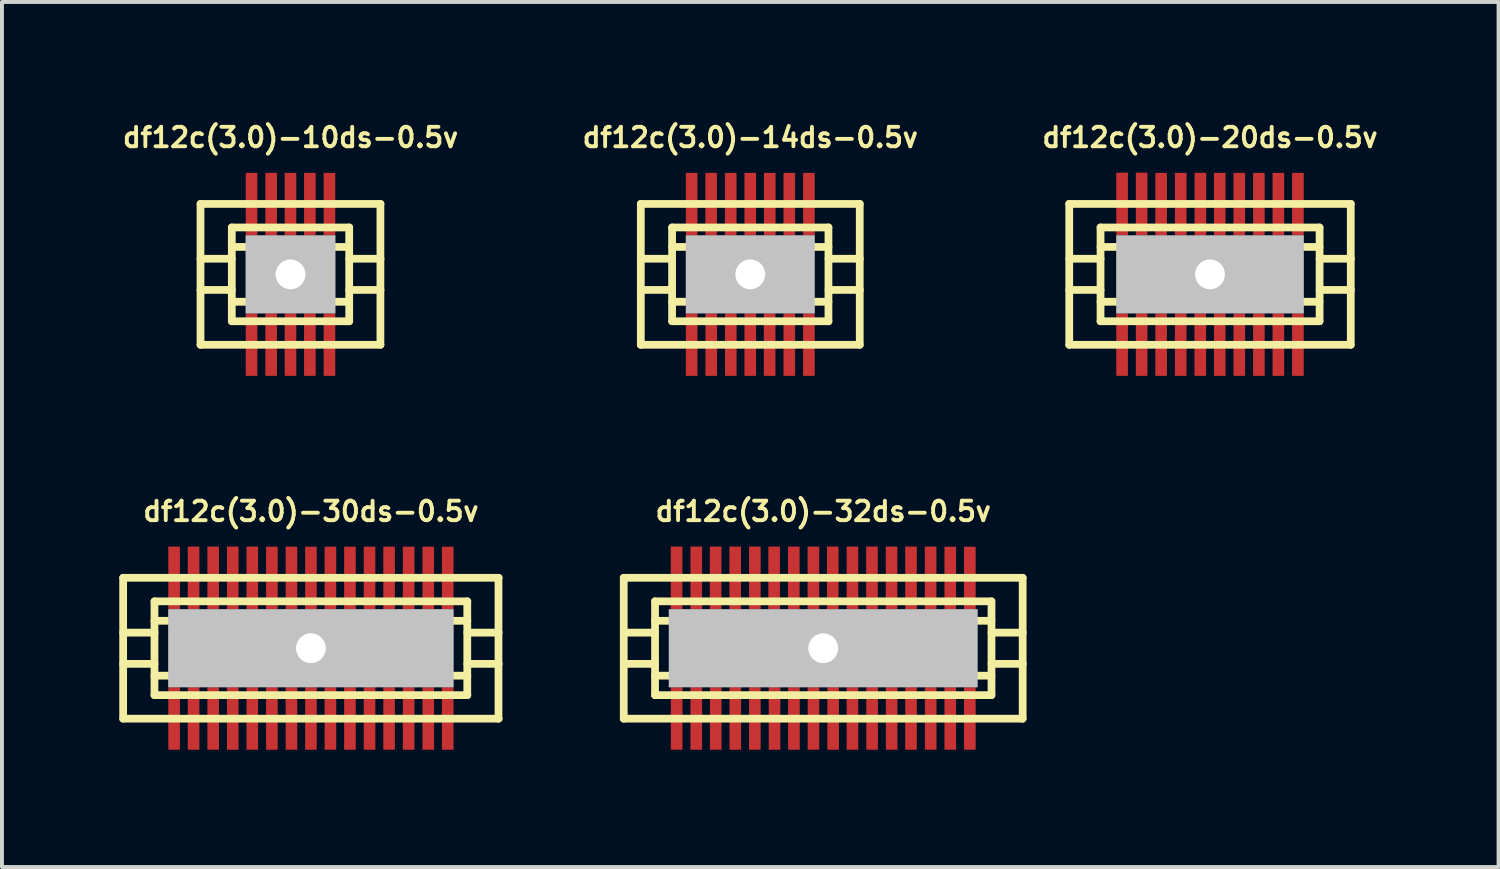
<source format=kicad_pcb>
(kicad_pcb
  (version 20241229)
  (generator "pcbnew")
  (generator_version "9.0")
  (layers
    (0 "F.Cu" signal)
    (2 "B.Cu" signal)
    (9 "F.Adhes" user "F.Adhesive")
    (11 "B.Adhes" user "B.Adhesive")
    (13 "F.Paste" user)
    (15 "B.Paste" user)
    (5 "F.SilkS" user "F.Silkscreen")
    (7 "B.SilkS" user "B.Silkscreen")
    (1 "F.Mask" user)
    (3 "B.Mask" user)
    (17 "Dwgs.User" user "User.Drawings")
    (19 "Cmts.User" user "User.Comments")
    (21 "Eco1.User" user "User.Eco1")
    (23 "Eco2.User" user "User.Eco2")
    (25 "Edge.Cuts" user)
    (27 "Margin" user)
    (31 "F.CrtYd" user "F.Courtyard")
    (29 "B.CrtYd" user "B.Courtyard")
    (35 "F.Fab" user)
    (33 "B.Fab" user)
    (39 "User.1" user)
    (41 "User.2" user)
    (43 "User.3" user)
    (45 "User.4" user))
  (footprint "df12c(3.0)-32ds-0.5v"
    (layer "F.Cu")
    (at 17.999 13.525)
    (property "Reference" "df12c(3.0)-32ds-0.5v" (at 0 -3.5 0) (layer "F.SilkS") (effects (font (size 0.498 0.498) (thickness 0.099))))
    (attr through_hole)
    (fp_line (start -5.1 -1.801) (end 5.1 -1.801) (stroke (width 0.198) (type solid)) (layer "F.SilkS"))
    (fp_line (start -5.1 1.801) (end -5.1 -1.801) (stroke (width 0.198) (type solid)) (layer "F.SilkS"))
    (fp_line (start -4.3 -1.199) (end 4.3 -1.199) (stroke (width 0.198) (type solid)) (layer "F.SilkS"))
    (fp_line (start -4.3 -0.399) (end -5.1 -0.399) (stroke (width 0.198) (type solid)) (layer "F.SilkS"))
    (fp_line (start -4.3 0.399) (end -5.1 0.399) (stroke (width 0.198) (type solid)) (layer "F.SilkS"))
    (fp_line (start -4.3 0.701) (end 4.3 0.701) (stroke (width 0.198) (type solid)) (layer "F.SilkS"))
    (fp_line (start -4.3 1.199) (end -4.3 -1.199) (stroke (width 0.198) (type solid)) (layer "F.SilkS"))
    (fp_line (start 4.3 -0.701) (end -4.3 -0.701) (stroke (width 0.198) (type solid)) (layer "F.SilkS"))
    (fp_line (start 4.3 1.199) (end -4.3 1.199) (stroke (width 0.198) (type solid)) (layer "F.SilkS"))
    (fp_line (start 4.303 -1.199) (end 4.303 1.199) (stroke (width 0.198) (type solid)) (layer "F.SilkS"))
    (fp_line (start 4.303 -0.399) (end 5.103 -0.399) (stroke (width 0.198) (type solid)) (layer "F.SilkS"))
    (fp_line (start 5.1 -1.801) (end 5.1 1.801) (stroke (width 0.198) (type solid)) (layer "F.SilkS"))
    (fp_line (start 5.1 1.801) (end -5.1 1.801) (stroke (width 0.198) (type solid)) (layer "F.SilkS"))
    (fp_line (start 5.103 0.399) (end 4.303 0.399) (stroke (width 0.198) (type solid)) (layer "F.SilkS"))
    (pad "" np_thru_hole rect (at 0 0) (size 7.899 1.999) (drill 0.762) (layers "Dwgs.User"))
    (pad "1" smd rect (at -3.747 1.796) (size 0.297 1.598) (layers "F.Cu" "F.Mask" "F.Paste"))
    (pad "2" smd rect (at -3.246 1.796) (size 0.297 1.598) (layers "F.Cu" "F.Mask" "F.Paste"))
    (pad "3" smd rect (at -2.748 1.796) (size 0.297 1.598) (layers "F.Cu" "F.Mask" "F.Paste"))
    (pad "4" smd rect (at -2.248 1.796) (size 0.297 1.598) (layers "F.Cu" "F.Mask" "F.Paste"))
    (pad "5" smd rect (at -1.748 1.796) (size 0.297 1.598) (layers "F.Cu" "F.Mask" "F.Paste"))
    (pad "6" smd rect (at -1.245 1.796) (size 0.297 1.598) (layers "F.Cu" "F.Mask" "F.Paste"))
    (pad "7" smd rect (at -0.749 1.796) (size 0.297 1.598) (layers "F.Cu" "F.Mask" "F.Paste"))
    (pad "8" smd rect (at -0.249 1.796) (size 0.297 1.598) (layers "F.Cu" "F.Mask" "F.Paste"))
    (pad "9" smd rect (at 0.254 1.796) (size 0.297 1.598) (layers "F.Cu" "F.Mask" "F.Paste"))
    (pad "10" smd rect (at 0.747 1.796) (size 0.297 1.598) (layers "F.Cu" "F.Mask" "F.Paste"))
    (pad "11" smd rect (at 1.25 1.796) (size 0.297 1.598) (layers "F.Cu" "F.Mask" "F.Paste"))
    (pad "12" smd rect (at 1.75 1.796) (size 0.297 1.598) (layers "F.Cu" "F.Mask" "F.Paste"))
    (pad "13" smd rect (at 2.245 1.796) (size 0.297 1.598) (layers "F.Cu" "F.Mask" "F.Paste"))
    (pad "14" smd rect (at 2.748 1.796) (size 0.297 1.598) (layers "F.Cu" "F.Mask" "F.Paste"))
    (pad "15" smd rect (at 3.249 1.796) (size 0.297 1.598) (layers "F.Cu" "F.Mask" "F.Paste"))
    (pad "16" smd rect (at 3.749 1.796) (size 0.297 1.598) (layers "F.Cu" "F.Mask" "F.Paste"))
    (pad "17" smd rect (at 3.749 -1.796) (size 0.297 1.598) (layers "F.Cu" "F.Mask" "F.Paste"))
    (pad "18" smd rect (at 3.249 -1.796) (size 0.297 1.598) (layers "F.Cu" "F.Mask" "F.Paste"))
    (pad "19" smd rect (at 2.746 -1.801) (size 0.297 1.598) (layers "F.Cu" "F.Mask" "F.Paste"))
    (pad "20" smd rect (at 2.245 -1.801) (size 0.297 1.598) (layers "F.Cu" "F.Mask" "F.Paste"))
    (pad "21" smd rect (at 1.748 -1.801) (size 0.297 1.598) (layers "F.Cu" "F.Mask" "F.Paste"))
    (pad "22" smd rect (at 1.247 -1.801) (size 0.297 1.598) (layers "F.Cu" "F.Mask" "F.Paste"))
    (pad "23" smd rect (at 0.747 -1.801) (size 0.297 1.598) (layers "F.Cu" "F.Mask" "F.Paste"))
    (pad "24" smd rect (at 0.244 -1.801) (size 0.297 1.598) (layers "F.Cu" "F.Mask" "F.Paste"))
    (pad "25" smd rect (at -0.251 -1.801) (size 0.297 1.598) (layers "F.Cu" "F.Mask" "F.Paste"))
    (pad "26" smd rect (at -0.752 -1.801) (size 0.297 1.598) (layers "F.Cu" "F.Mask" "F.Paste"))
    (pad "27" smd rect (at -1.255 -1.801) (size 0.297 1.598) (layers "F.Cu" "F.Mask" "F.Paste"))
    (pad "28" smd rect (at -1.748 -1.801) (size 0.297 1.598) (layers "F.Cu" "F.Mask" "F.Paste"))
    (pad "29" smd rect (at -2.25 -1.801) (size 0.297 1.598) (layers "F.Cu" "F.Mask" "F.Paste"))
    (pad "30" smd rect (at -2.751 -1.801) (size 0.297 1.598) (layers "F.Cu" "F.Mask" "F.Paste"))
    (pad "31" smd rect (at -3.246 -1.801) (size 0.297 1.598) (layers "F.Cu" "F.Mask" "F.Paste"))
    (pad "32" smd rect (at -3.749 -1.801) (size 0.297 1.598) (layers "F.Cu" "F.Mask" "F.Paste")))
  (footprint "df12c(3.0)-14ds-0.5v"
    (layer "F.Cu")
    (at 16.134 3.965)
    (property "Reference" "df12c(3.0)-14ds-0.5v" (at 0 -3.5 0) (layer "F.SilkS") (effects (font (size 0.498 0.498) (thickness 0.099))))
    (attr through_hole)
    (fp_line (start -2.799 -1.801) (end 2.799 -1.801) (stroke (width 0.198) (type solid)) (layer "F.SilkS"))
    (fp_line (start -2.799 1.801) (end -2.799 -1.801) (stroke (width 0.198) (type solid)) (layer "F.SilkS"))
    (fp_line (start -1.999 -0.701) (end 1.999 -0.701) (stroke (width 0.198) (type solid)) (layer "F.SilkS"))
    (fp_line (start -1.999 -0.399) (end -2.799 -0.399) (stroke (width 0.198) (type solid)) (layer "F.SilkS"))
    (fp_line (start -1.999 0.399) (end -2.799 0.399) (stroke (width 0.198) (type solid)) (layer "F.SilkS"))
    (fp_line (start -1.999 1.199) (end -1.999 -1.199) (stroke (width 0.198) (type solid)) (layer "F.SilkS"))
    (fp_line (start -1.999 1.199) (end 1.999 1.199) (stroke (width 0.198) (type solid)) (layer "F.SilkS"))
    (fp_line (start 1.999 -1.199) (end -1.999 -1.199) (stroke (width 0.198) (type solid)) (layer "F.SilkS"))
    (fp_line (start 1.999 -1.199) (end 1.999 1.199) (stroke (width 0.198) (type solid)) (layer "F.SilkS"))
    (fp_line (start 1.999 0.701) (end -1.999 0.701) (stroke (width 0.198) (type solid)) (layer "F.SilkS"))
    (fp_line (start 2.002 -0.399) (end 2.802 -0.399) (stroke (width 0.198) (type solid)) (layer "F.SilkS"))
    (fp_line (start 2.799 -1.801) (end 2.799 1.801) (stroke (width 0.198) (type solid)) (layer "F.SilkS"))
    (fp_line (start 2.799 1.801) (end -2.799 1.801) (stroke (width 0.198) (type solid)) (layer "F.SilkS"))
    (fp_line (start 2.802 0.399) (end 2.002 0.399) (stroke (width 0.198) (type solid)) (layer "F.SilkS"))
    (pad "" np_thru_hole rect (at 0 0) (size 3.299 1.999) (drill 0.762) (layers "Dwgs.User"))
    (pad "1" smd rect (at -1.499 1.796) (size 0.297 1.598) (layers "F.Cu" "F.Mask" "F.Paste"))
    (pad "2" smd rect (at -0.998 1.796) (size 0.297 1.598) (layers "F.Cu" "F.Mask" "F.Paste"))
    (pad "3" smd rect (at -0.498 1.796) (size 0.297 1.598) (layers "F.Cu" "F.Mask" "F.Paste"))
    (pad "4" smd rect (at 0 1.796) (size 0.297 1.598) (layers "F.Cu" "F.Mask" "F.Paste"))
    (pad "5" smd rect (at 0.495 1.796) (size 0.297 1.598) (layers "F.Cu" "F.Mask" "F.Paste"))
    (pad "6" smd rect (at 0.998 1.796) (size 0.297 1.598) (layers "F.Cu" "F.Mask" "F.Paste"))
    (pad "7" smd rect (at 1.499 1.796) (size 0.297 1.598) (layers "F.Cu" "F.Mask" "F.Paste"))
    (pad "8" smd rect (at 1.499 -1.796) (size 0.297 1.598) (layers "F.Cu" "F.Mask" "F.Paste"))
    (pad "9" smd rect (at 0.998 -1.796) (size 0.297 1.598) (layers "F.Cu" "F.Mask" "F.Paste"))
    (pad "10" smd rect (at 0.498 -1.796) (size 0.297 1.598) (layers "F.Cu" "F.Mask" "F.Paste"))
    (pad "11" smd rect (at 0 -1.796) (size 0.297 1.598) (layers "F.Cu" "F.Mask" "F.Paste"))
    (pad "12" smd rect (at -0.5 -1.796) (size 0.297 1.598) (layers "F.Cu" "F.Mask" "F.Paste"))
    (pad "13" smd rect (at -1.001 -1.796) (size 0.297 1.598) (layers "F.Cu" "F.Mask" "F.Paste"))
    (pad "14" smd rect (at -1.499 -1.796) (size 0.297 1.598) (layers "F.Cu" "F.Mask" "F.Paste")))
  (footprint "df12c(3.0)-20ds-0.5v"
    (layer "F.Cu")
    (at 27.889 3.965)
    (property "Reference" "df12c(3.0)-20ds-0.5v" (at 0 -3.5 0) (layer "F.SilkS") (effects (font (size 0.498 0.498) (thickness 0.099))))
    (attr through_hole)
    (fp_line (start -3.599 1.801) (end -3.599 -1.801) (stroke (width 0.198) (type solid)) (layer "F.SilkS"))
    (fp_line (start -3.599 1.801) (end 3.599 1.801) (stroke (width 0.198) (type solid)) (layer "F.SilkS"))
    (fp_line (start -2.799 -1.199) (end 2.799 -1.199) (stroke (width 0.198) (type solid)) (layer "F.SilkS"))
    (fp_line (start -2.799 -0.399) (end -3.599 -0.399) (stroke (width 0.198) (type solid)) (layer "F.SilkS"))
    (fp_line (start -2.799 0.399) (end -3.599 0.399) (stroke (width 0.198) (type solid)) (layer "F.SilkS"))
    (fp_line (start -2.799 0.701) (end 2.799 0.701) (stroke (width 0.198) (type solid)) (layer "F.SilkS"))
    (fp_line (start -2.799 1.199) (end -2.799 -1.199) (stroke (width 0.198) (type solid)) (layer "F.SilkS"))
    (fp_line (start 2.799 -0.701) (end -2.799 -0.701) (stroke (width 0.198) (type solid)) (layer "F.SilkS"))
    (fp_line (start 2.799 1.199) (end -2.799 1.199) (stroke (width 0.198) (type solid)) (layer "F.SilkS"))
    (fp_line (start 2.802 -1.199) (end 2.802 1.199) (stroke (width 0.198) (type solid)) (layer "F.SilkS"))
    (fp_line (start 2.802 -0.399) (end 3.602 -0.399) (stroke (width 0.198) (type solid)) (layer "F.SilkS"))
    (fp_line (start 3.599 -1.801) (end -3.599 -1.801) (stroke (width 0.198) (type solid)) (layer "F.SilkS"))
    (fp_line (start 3.599 -1.801) (end 3.599 1.801) (stroke (width 0.198) (type solid)) (layer "F.SilkS"))
    (fp_line (start 3.602 0.399) (end 2.802 0.399) (stroke (width 0.198) (type solid)) (layer "F.SilkS"))
    (pad "" np_thru_hole rect (at 0 0) (size 4.798 1.999) (drill 0.762) (layers "Dwgs.User"))
    (pad "1" smd rect (at -2.248 1.796) (size 0.297 1.598) (layers "F.Cu" "F.Mask" "F.Paste"))
    (pad "2" smd rect (at -1.748 1.796) (size 0.297 1.598) (layers "F.Cu" "F.Mask" "F.Paste"))
    (pad "3" smd rect (at -1.25 1.796) (size 0.297 1.598) (layers "F.Cu" "F.Mask" "F.Paste"))
    (pad "4" smd rect (at -0.749 1.796) (size 0.297 1.598) (layers "F.Cu" "F.Mask" "F.Paste"))
    (pad "5" smd rect (at -0.249 1.796) (size 0.297 1.598) (layers "F.Cu" "F.Mask" "F.Paste"))
    (pad "6" smd rect (at 0.249 1.796) (size 0.297 1.598) (layers "F.Cu" "F.Mask" "F.Paste"))
    (pad "7" smd rect (at 0.749 1.796) (size 0.297 1.598) (layers "F.Cu" "F.Mask" "F.Paste"))
    (pad "8" smd rect (at 1.25 1.796) (size 0.297 1.598) (layers "F.Cu" "F.Mask" "F.Paste"))
    (pad "9" smd rect (at 1.748 1.796) (size 0.297 1.598) (layers "F.Cu" "F.Mask" "F.Paste"))
    (pad "10" smd rect (at 2.248 1.796) (size 0.297 1.598) (layers "F.Cu" "F.Mask" "F.Paste"))
    (pad "11" smd rect (at 2.248 -1.796) (size 0.297 1.598) (layers "F.Cu" "F.Mask" "F.Paste"))
    (pad "12" smd rect (at 1.748 -1.796) (size 0.297 1.598) (layers "F.Cu" "F.Mask" "F.Paste"))
    (pad "13" smd rect (at 1.25 -1.796) (size 0.297 1.598) (layers "F.Cu" "F.Mask" "F.Paste"))
    (pad "14" smd rect (at 0.749 -1.796) (size 0.297 1.598) (layers "F.Cu" "F.Mask" "F.Paste"))
    (pad "15" smd rect (at 0.249 -1.796) (size 0.297 1.598) (layers "F.Cu" "F.Mask" "F.Paste"))
    (pad "16" smd rect (at -0.246 -1.796) (size 0.297 1.598) (layers "F.Cu" "F.Mask" "F.Paste"))
    (pad "17" smd rect (at -0.749 -1.796) (size 0.297 1.598) (layers "F.Cu" "F.Mask" "F.Paste"))
    (pad "18" smd rect (at -1.25 -1.796) (size 0.297 1.598) (layers "F.Cu" "F.Mask" "F.Paste"))
    (pad "19" smd rect (at -1.748 -1.801) (size 0.297 1.598) (layers "F.Cu" "F.Mask" "F.Paste"))
    (pad "20" smd rect (at -2.248 -1.801) (size 0.297 1.598) (layers "F.Cu" "F.Mask" "F.Paste")))
  (footprint "df12c(3.0)-30ds-0.5v"
    (layer "F.Cu")
    (at 4.9 13.525)
    (property "Reference" "df12c(3.0)-30ds-0.5v" (at 0 -3.5 0) (layer "F.SilkS") (effects (font (size 0.498 0.498) (thickness 0.099))))
    (attr through_hole)
    (fp_line (start -4.801 1.801) (end -4.801 -1.801) (stroke (width 0.198) (type solid)) (layer "F.SilkS"))
    (fp_line (start -4.801 1.801) (end 4.801 1.801) (stroke (width 0.198) (type solid)) (layer "F.SilkS"))
    (fp_line (start -4 -0.701) (end 4 -0.701) (stroke (width 0.198) (type solid)) (layer "F.SilkS"))
    (fp_line (start -4 -0.399) (end -4.801 -0.399) (stroke (width 0.198) (type solid)) (layer "F.SilkS"))
    (fp_line (start -4 0.399) (end -4.801 0.399) (stroke (width 0.198) (type solid)) (layer "F.SilkS"))
    (fp_line (start -4 1.199) (end -4 -1.199) (stroke (width 0.198) (type solid)) (layer "F.SilkS"))
    (fp_line (start 3.998 -1.199) (end 3.998 1.199) (stroke (width 0.198) (type solid)) (layer "F.SilkS"))
    (fp_line (start 4 -1.199) (end -4 -1.199) (stroke (width 0.198) (type solid)) (layer "F.SilkS"))
    (fp_line (start 4 -0.399) (end 4.801 -0.399) (stroke (width 0.198) (type solid)) (layer "F.SilkS"))
    (fp_line (start 4 0.701) (end -4 0.701) (stroke (width 0.198) (type solid)) (layer "F.SilkS"))
    (fp_line (start 4 1.199) (end -4 1.199) (stroke (width 0.198) (type solid)) (layer "F.SilkS"))
    (fp_line (start 4.796 -1.801) (end 4.796 1.801) (stroke (width 0.198) (type solid)) (layer "F.SilkS"))
    (fp_line (start 4.801 -1.801) (end -4.801 -1.801) (stroke (width 0.198) (type solid)) (layer "F.SilkS"))
    (fp_line (start 4.801 0.399) (end 4 0.399) (stroke (width 0.198) (type solid)) (layer "F.SilkS"))
    (pad "" np_thru_hole rect (at 0 0) (size 7.3 1.999) (drill 0.762) (layers "Dwgs.User"))
    (pad "1" smd rect (at -3.498 1.796) (size 0.297 1.598) (layers "F.Cu" "F.Mask" "F.Paste"))
    (pad "2" smd rect (at -3 1.796) (size 0.297 1.598) (layers "F.Cu" "F.Mask" "F.Paste"))
    (pad "3" smd rect (at -2.499 1.796) (size 0.297 1.598) (layers "F.Cu" "F.Mask" "F.Paste"))
    (pad "4" smd rect (at -1.999 1.796) (size 0.297 1.598) (layers "F.Cu" "F.Mask" "F.Paste"))
    (pad "5" smd rect (at -1.499 1.796) (size 0.297 1.598) (layers "F.Cu" "F.Mask" "F.Paste"))
    (pad "6" smd rect (at -0.998 1.796) (size 0.297 1.598) (layers "F.Cu" "F.Mask" "F.Paste"))
    (pad "7" smd rect (at -0.498 1.796) (size 0.297 1.598) (layers "F.Cu" "F.Mask" "F.Paste"))
    (pad "8" smd rect (at 0 1.796) (size 0.297 1.598) (layers "F.Cu" "F.Mask" "F.Paste"))
    (pad "9" smd rect (at 0.498 1.796) (size 0.297 1.598) (layers "F.Cu" "F.Mask" "F.Paste"))
    (pad "10" smd rect (at 0.998 1.796) (size 0.297 1.598) (layers "F.Cu" "F.Mask" "F.Paste"))
    (pad "11" smd rect (at 1.499 1.796) (size 0.297 1.598) (layers "F.Cu" "F.Mask" "F.Paste"))
    (pad "12" smd rect (at 1.999 1.796) (size 0.297 1.598) (layers "F.Cu" "F.Mask" "F.Paste"))
    (pad "13" smd rect (at 2.499 1.796) (size 0.297 1.598) (layers "F.Cu" "F.Mask" "F.Paste"))
    (pad "14" smd rect (at 3 1.796) (size 0.297 1.598) (layers "F.Cu" "F.Mask" "F.Paste"))
    (pad "15" smd rect (at 3.498 1.796) (size 0.297 1.598) (layers "F.Cu" "F.Mask" "F.Paste"))
    (pad "16" smd rect (at 3.498 -1.798) (size 0.297 1.598) (layers "F.Cu" "F.Mask" "F.Paste"))
    (pad "17" smd rect (at 3 -1.798) (size 0.297 1.598) (layers "F.Cu" "F.Mask" "F.Paste"))
    (pad "18" smd rect (at 2.499 -1.798) (size 0.297 1.598) (layers "F.Cu" "F.Mask" "F.Paste"))
    (pad "19" smd rect (at 1.999 -1.798) (size 0.297 1.598) (layers "F.Cu" "F.Mask" "F.Paste"))
    (pad "20" smd rect (at 1.499 -1.798) (size 0.297 1.598) (layers "F.Cu" "F.Mask" "F.Paste"))
    (pad "21" smd rect (at 0.998 -1.798) (size 0.297 1.598) (layers "F.Cu" "F.Mask" "F.Paste"))
    (pad "22" smd rect (at 0.498 -1.798) (size 0.297 1.598) (layers "F.Cu" "F.Mask" "F.Paste"))
    (pad "23" smd rect (at 0 -1.798) (size 0.297 1.598) (layers "F.Cu" "F.Mask" "F.Paste"))
    (pad "24" smd rect (at -0.498 -1.798) (size 0.297 1.598) (layers "F.Cu" "F.Mask" "F.Paste"))
    (pad "25" smd rect (at -0.998 -1.798) (size 0.297 1.598) (layers "F.Cu" "F.Mask" "F.Paste"))
    (pad "26" smd rect (at -1.499 -1.801) (size 0.297 1.598) (layers "F.Cu" "F.Mask" "F.Paste"))
    (pad "27" smd rect (at -1.999 -1.801) (size 0.297 1.598) (layers "F.Cu" "F.Mask" "F.Paste"))
    (pad "28" smd rect (at -2.499 -1.801) (size 0.297 1.598) (layers "F.Cu" "F.Mask" "F.Paste"))
    (pad "29" smd rect (at -3 -1.801) (size 0.297 1.598) (layers "F.Cu" "F.Mask" "F.Paste"))
    (pad "30" smd rect (at -3.498 -1.801) (size 0.297 1.598) (layers "F.Cu" "F.Mask" "F.Paste")))
  (footprint "df12c(3.0)-10ds-0.5v"
    (layer "F.Cu")
    (at 4.378 3.965)
    (property "Reference" "df12c(3.0)-10ds-0.5v" (at 0 -3.5 0) (layer "F.SilkS") (effects (font (size 0.498 0.498) (thickness 0.099))))
    (attr through_hole)
    (fp_line (start -2.301 -1.801) (end 2.301 -1.801) (stroke (width 0.198) (type solid)) (layer "F.SilkS"))
    (fp_line (start -2.301 1.801) (end -2.301 -1.801) (stroke (width 0.198) (type solid)) (layer "F.SilkS"))
    (fp_line (start -1.501 -1.199) (end 1.501 -1.199) (stroke (width 0.198) (type solid)) (layer "F.SilkS"))
    (fp_line (start -1.501 -0.701) (end 1.501 -0.701) (stroke (width 0.198) (type solid)) (layer "F.SilkS"))
    (fp_line (start -1.501 -0.399) (end -2.301 -0.399) (stroke (width 0.198) (type solid)) (layer "F.SilkS"))
    (fp_line (start -1.501 0.399) (end -2.301 0.399) (stroke (width 0.198) (type solid)) (layer "F.SilkS"))
    (fp_line (start -1.501 1.199) (end -1.501 -1.199) (stroke (width 0.198) (type solid)) (layer "F.SilkS"))
    (fp_line (start 1.501 -1.199) (end 1.501 1.199) (stroke (width 0.198) (type solid)) (layer "F.SilkS"))
    (fp_line (start 1.501 -0.399) (end 2.301 -0.399) (stroke (width 0.198) (type solid)) (layer "F.SilkS"))
    (fp_line (start 1.501 0.701) (end -1.501 0.701) (stroke (width 0.198) (type solid)) (layer "F.SilkS"))
    (fp_line (start 1.501 1.199) (end -1.501 1.199) (stroke (width 0.198) (type solid)) (layer "F.SilkS"))
    (fp_line (start 2.299 -1.801) (end 2.299 1.801) (stroke (width 0.198) (type solid)) (layer "F.SilkS"))
    (fp_line (start 2.301 0.399) (end 1.501 0.399) (stroke (width 0.198) (type solid)) (layer "F.SilkS"))
    (fp_line (start 2.301 1.801) (end -2.301 1.801) (stroke (width 0.198) (type solid)) (layer "F.SilkS"))
    (pad "" np_thru_hole rect (at 0 0) (size 2.299 1.999) (drill 0.762) (layers "Dwgs.User"))
    (pad "1" smd rect (at -0.996 1.796) (size 0.297 1.598) (layers "F.Cu" "F.Mask" "F.Paste"))
    (pad "2" smd rect (at -0.495 1.796) (size 0.297 1.598) (layers "F.Cu" "F.Mask" "F.Paste"))
    (pad "3" smd rect (at 0 1.796) (size 0.297 1.598) (layers "F.Cu" "F.Mask" "F.Paste"))
    (pad "4" smd rect (at 0.495 1.796) (size 0.297 1.598) (layers "F.Cu" "F.Mask" "F.Paste"))
    (pad "5" smd rect (at 0.996 1.796) (size 0.297 1.598) (layers "F.Cu" "F.Mask" "F.Paste"))
    (pad "6" smd rect (at 0.996 -1.796) (size 0.297 1.598) (layers "F.Cu" "F.Mask" "F.Paste"))
    (pad "7" smd rect (at 0.495 -1.796) (size 0.297 1.598) (layers "F.Cu" "F.Mask" "F.Paste"))
    (pad "8" smd rect (at 0 -1.796) (size 0.297 1.598) (layers "F.Cu" "F.Mask" "F.Paste"))
    (pad "9" smd rect (at -0.495 -1.796) (size 0.297 1.598) (layers "F.Cu" "F.Mask" "F.Paste"))
    (pad "10" smd rect (at -0.996 -1.796) (size 0.297 1.598) (layers "F.Cu" "F.Mask" "F.Paste")))
  (gr_rect
    (start -3 -3)
    (end 35.267 19.12)
    (stroke (width 0.1) (type default))
    (fill no)
    (layer "Edge.Cuts")))
</source>
